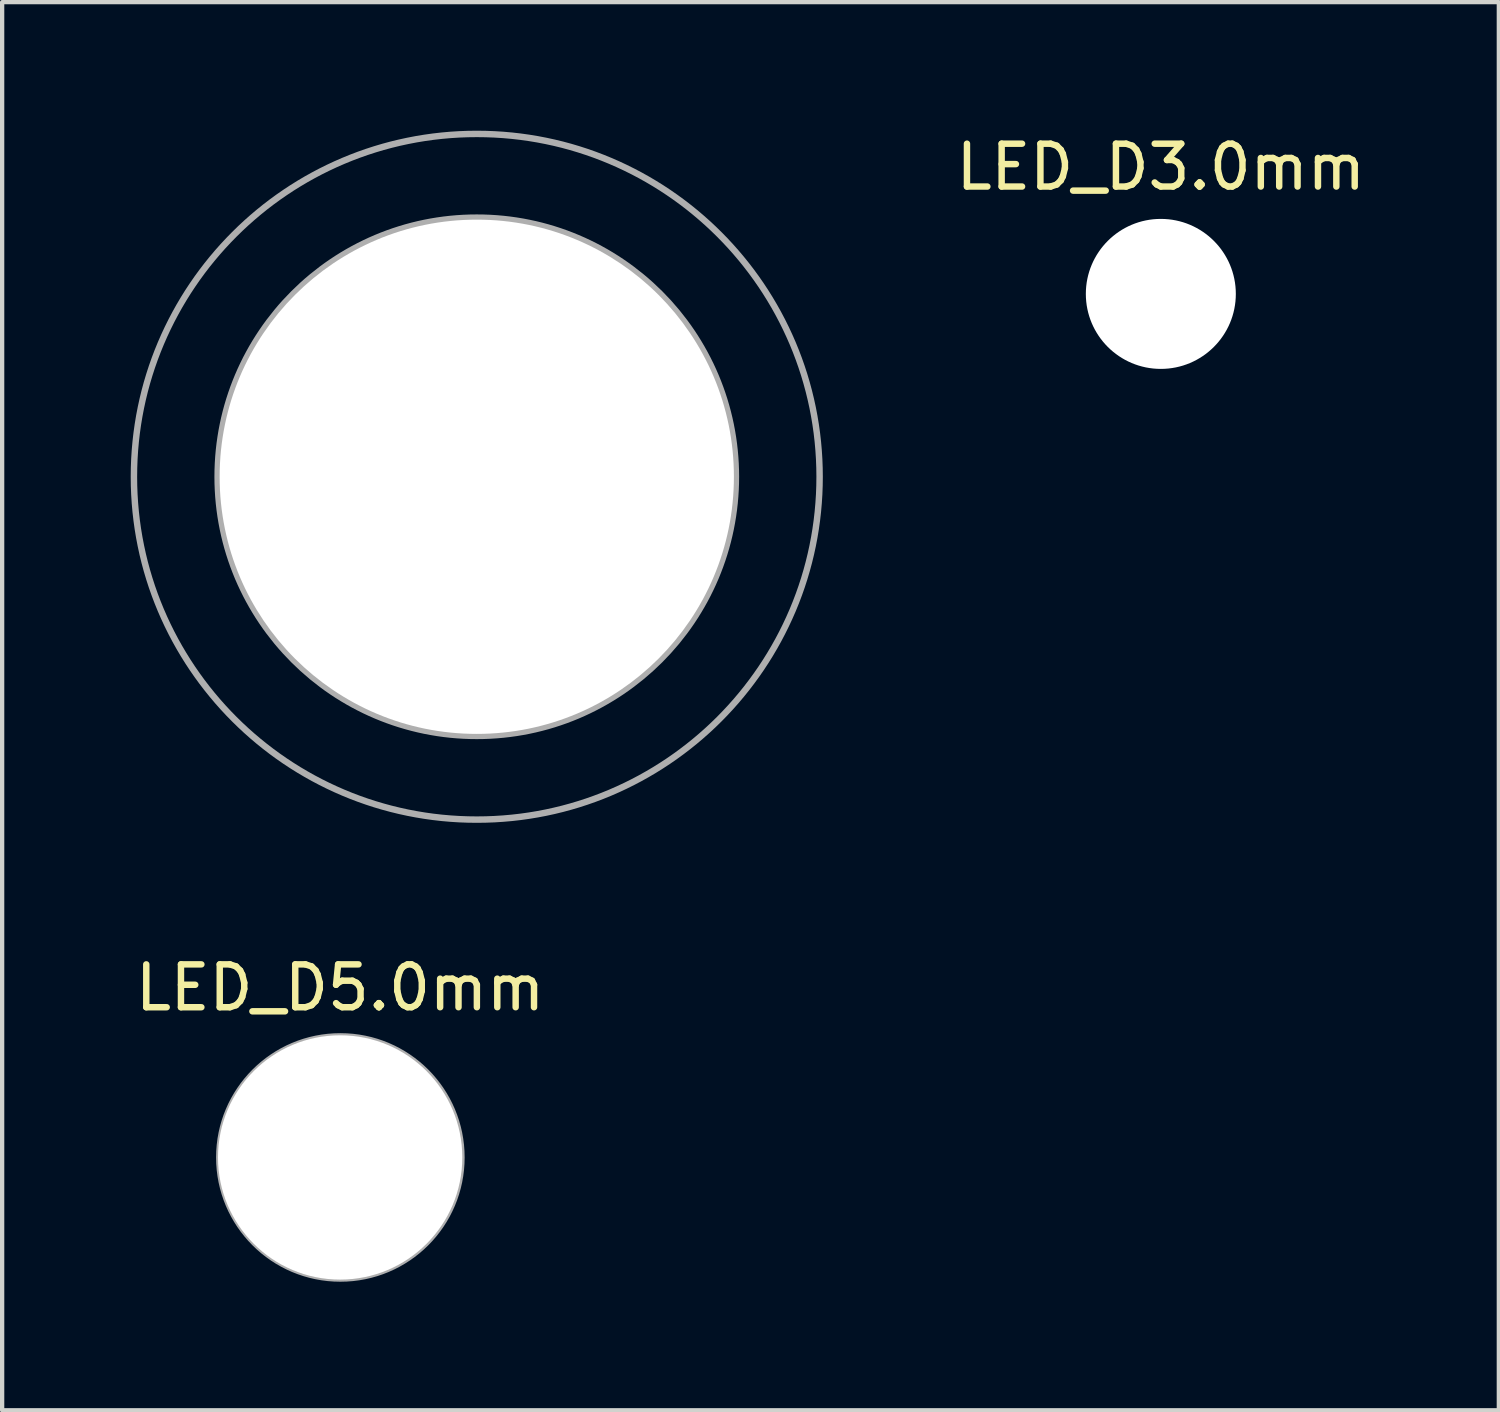
<source format=kicad_pcb>
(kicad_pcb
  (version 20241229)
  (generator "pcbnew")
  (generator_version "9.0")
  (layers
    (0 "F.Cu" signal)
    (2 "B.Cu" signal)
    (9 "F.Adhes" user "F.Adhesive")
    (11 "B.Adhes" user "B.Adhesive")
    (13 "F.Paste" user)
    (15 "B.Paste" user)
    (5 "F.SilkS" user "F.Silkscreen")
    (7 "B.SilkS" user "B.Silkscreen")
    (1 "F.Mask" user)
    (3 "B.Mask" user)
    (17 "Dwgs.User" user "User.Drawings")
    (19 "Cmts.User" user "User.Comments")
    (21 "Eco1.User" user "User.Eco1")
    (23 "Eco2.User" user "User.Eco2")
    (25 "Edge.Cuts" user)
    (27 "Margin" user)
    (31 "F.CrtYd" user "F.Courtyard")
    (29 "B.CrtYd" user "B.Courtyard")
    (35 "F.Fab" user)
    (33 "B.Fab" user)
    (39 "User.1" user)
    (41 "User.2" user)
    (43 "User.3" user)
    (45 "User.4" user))
  (footprint "LED_D3.0mm"
    (layer "F.Cu")
    (at 22.767 3.808)
    (property "Reference" "LED_D3.0mm" (at 1.27 -2.96 0) (layer "F.SilkS") (effects (font (size 1 1) (thickness 0.15))))
    (attr through_hole)
    (pad "" np_thru_hole circle (at 1.27 0) (size 3.5 3.5) (drill 3.5) (layers "*.Cu" "*.Mask" "B.Paste")))
  (footprint "LED_D5.0mm"
    (layer "F.Cu")
    (at 3.617 23.958)
    (property "Reference" "LED_D5.0mm" (at 1.27 -3.96 0) (layer "F.SilkS") (effects (font (size 1 1) (thickness 0.15))))
    (attr through_hole)
    (fp_line (start -0.635 0) (end 3.175 0) (stroke (width 0.15) (type solid)) (layer "F.Fab"))
    (fp_line (start 1.27 -1.905) (end 1.27 1.905) (stroke (width 0.15) (type solid)) (layer "F.Fab"))
    (fp_circle (center 1.275 0) (end 4.1 -0.025) (stroke (width 0.15) (type solid)) (fill no) (layer "F.Fab"))
    (pad "" np_thru_hole circle (at 1.27 0) (size 5.7 5.7) (drill 5.7) (layers "*.Cu" "*.Mask")))
  (footprint "Jack_6.35mm"
    (layer "F.Cu")
    (at 8.075 8.075)
    (property "Reference" "Jack_6.35mm" (at 0 2.8 0) (layer "F.SilkS") (effects (font (size 1 1) (thickness 0.15))))
    (attr through_hole)
    (fp_line (start -0.5 0) (end 0.5 0) (stroke (width 0.15) (type solid)) (layer "F.Fab"))
    (fp_line (start 0 -0.5) (end 0 0.5) (stroke (width 0.15) (type solid)) (layer "F.Fab"))
    (fp_circle (center 0 0) (end 6 -0.75) (stroke (width 0.15) (type solid)) (fill no) (layer "F.Fab"))
    (fp_circle (center 0 0) (end 8 0) (stroke (width 0.15) (type solid)) (fill no) (layer "F.Fab"))
    (pad "" np_thru_hole circle (at 0 0) (size 12 12) (drill 12) (layers "*.Cu" "*.Mask")))
  (gr_rect
    (start -3 -3)
    (end 31.924 29.858)
    (stroke (width 0.1) (type default))
    (fill no)
    (layer "Edge.Cuts")))
</source>
